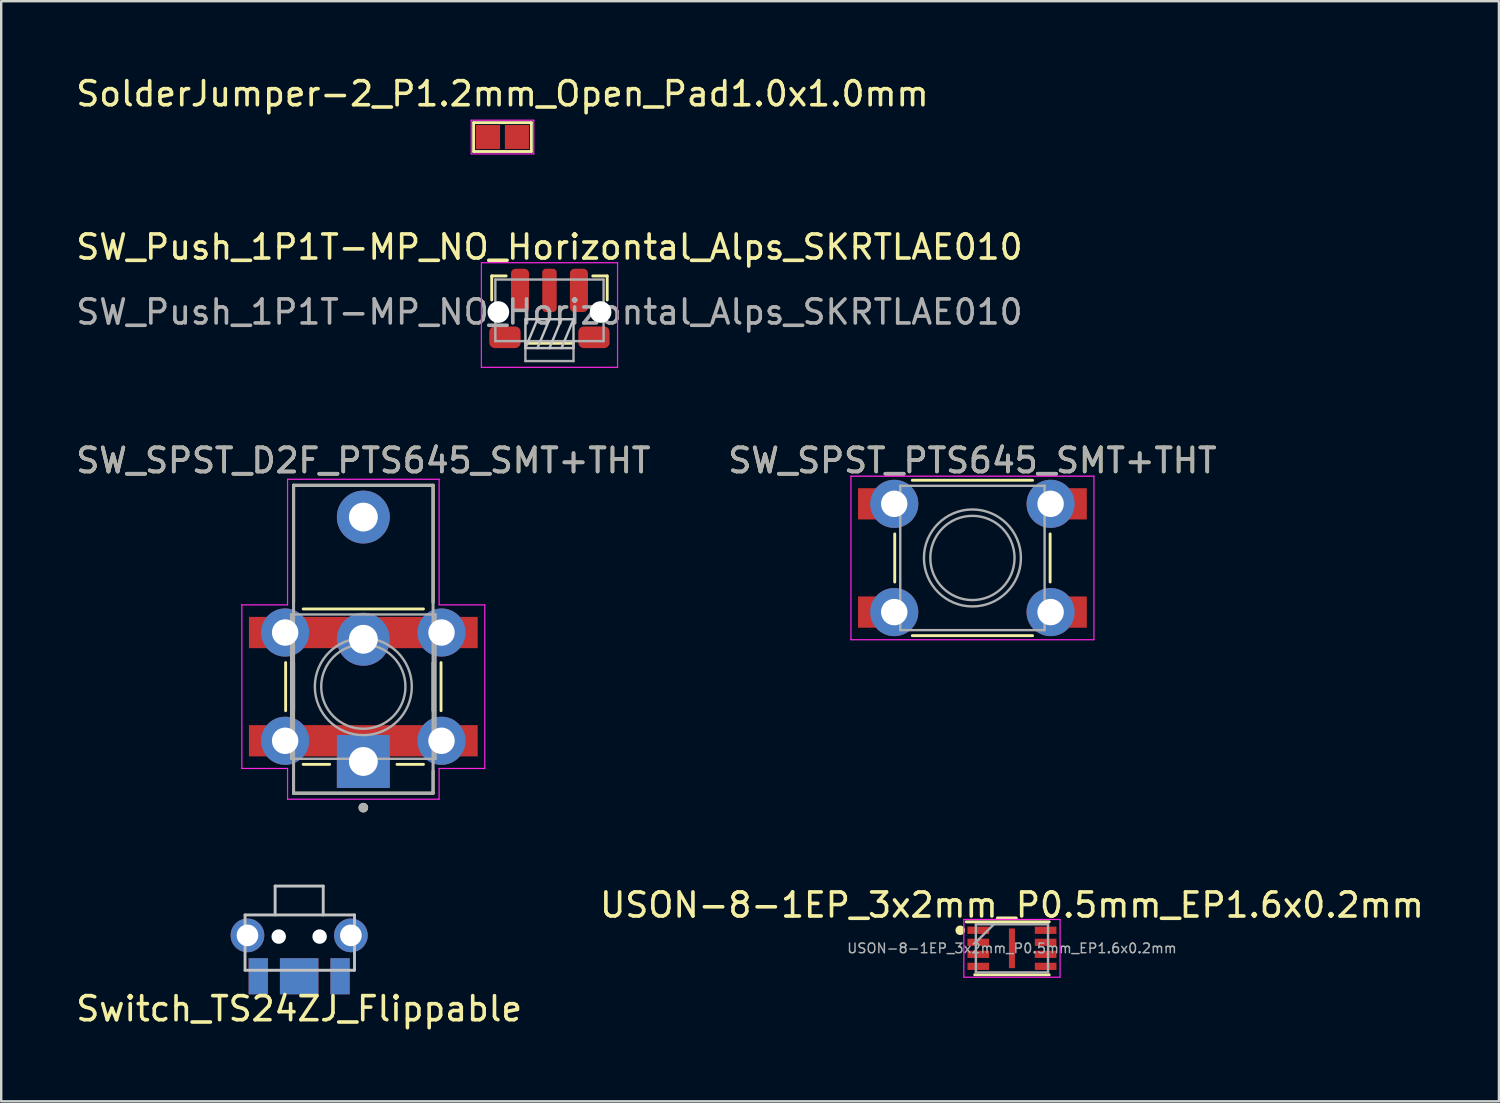
<source format=kicad_pcb>
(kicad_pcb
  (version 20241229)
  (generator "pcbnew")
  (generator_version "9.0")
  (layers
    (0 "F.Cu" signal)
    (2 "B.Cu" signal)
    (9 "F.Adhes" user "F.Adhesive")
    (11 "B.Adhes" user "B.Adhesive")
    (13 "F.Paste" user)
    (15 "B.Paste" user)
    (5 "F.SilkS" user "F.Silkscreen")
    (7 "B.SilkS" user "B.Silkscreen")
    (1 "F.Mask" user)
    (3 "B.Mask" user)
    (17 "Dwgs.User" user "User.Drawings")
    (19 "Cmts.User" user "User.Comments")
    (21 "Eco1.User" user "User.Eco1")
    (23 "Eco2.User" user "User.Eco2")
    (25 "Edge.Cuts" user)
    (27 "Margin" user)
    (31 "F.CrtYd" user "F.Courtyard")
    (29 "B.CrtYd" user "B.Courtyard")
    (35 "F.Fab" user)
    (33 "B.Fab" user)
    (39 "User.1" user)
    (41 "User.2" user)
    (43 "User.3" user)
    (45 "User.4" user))
  (footprint "SW_SPST_D2F_PTS645_SMT+THT"
    (layer "F.Cu")
    (at 12.054 25.495)
    (property "Reference" "SW_SPST_D2F_PTS645_SMT+THT" (at 0 -9.4 0) (layer "F.SilkS") (effects (font (size 1 1) (thickness 0.15))))
    (attr smd)
    (fp_line (start -3.23 1) (end -3.23 -1) (stroke (width 0.12) (type solid)) (layer "F.SilkS"))
    (fp_line (start -2.9 -8.37) (end 2.9 -8.37) (stroke (width 0.127) (type solid)) (layer "F.SilkS"))
    (fp_line (start -2.9 4.43) (end -2.9 3.5) (stroke (width 0.12) (type default)) (layer "F.SilkS"))
    (fp_line (start -2.9 -3.5) (end -2.9 -8.37) (stroke (width 0.127) (type solid)) (layer "F.SilkS"))
    (fp_line (start -2.9 1) (end -2.9 -1) (stroke (width 0.127) (type solid)) (layer "F.SilkS"))
    (fp_line (start -1.4 3.23) (end -2.5 3.23) (stroke (width 0.12) (type solid)) (layer "F.SilkS"))
    (fp_line (start 2.5 -3.23) (end -2.5 -3.23) (stroke (width 0.12) (type solid)) (layer "F.SilkS"))
    (fp_line (start 2.5 3.23) (end 1.4 3.23) (stroke (width 0.12) (type solid)) (layer "F.SilkS"))
    (fp_line (start 2.9 4.43) (end -2.9 4.43) (stroke (width 0.127) (type solid)) (layer "F.SilkS"))
    (fp_line (start 2.9 4.43) (end 2.9 3.5) (stroke (width 0.12) (type default)) (layer "F.SilkS"))
    (fp_line (start 2.9 -3.5) (end 2.9 -8.37) (stroke (width 0.127) (type solid)) (layer "F.SilkS"))
    (fp_line (start 2.9 1) (end 2.9 -1) (stroke (width 0.127) (type solid)) (layer "F.SilkS"))
    (fp_line (start 3.23 1) (end 3.23 -1) (stroke (width 0.12) (type solid)) (layer "F.SilkS"))
    (fp_circle (center -0.000009 5.03) (end -0.000009 4.93) (stroke (width 0.2) (type solid)) (fill no) (layer "F.SilkS"))
    (fp_line (start -5.05 -3.4) (end -5.05 3.4) (stroke (width 0.05) (type solid)) (layer "F.CrtYd"))
    (fp_line (start -3.15 -8.62) (end 3.15 -8.62) (stroke (width 0.05) (type solid)) (layer "F.CrtYd"))
    (fp_line (start -3.15 -3.4) (end -5.05 -3.4) (stroke (width 0.05) (type solid)) (layer "F.CrtYd"))
    (fp_line (start -3.15 -3.4) (end -3.15 -8.62) (stroke (width 0.05) (type solid)) (layer "F.CrtYd"))
    (fp_line (start -3.15 3.4) (end -5.05 3.4) (stroke (width 0.05) (type solid)) (layer "F.CrtYd"))
    (fp_line (start -3.15 3.4) (end -3.15 4.68) (stroke (width 0.05) (type default)) (layer "F.CrtYd"))
    (fp_line (start 3.15 -8.62) (end 3.15 -3.4) (stroke (width 0.05) (type solid)) (layer "F.CrtYd"))
    (fp_line (start 3.15 4.68) (end -3.15 4.68) (stroke (width 0.05) (type solid)) (layer "F.CrtYd"))
    (fp_line (start 3.15 3.4) (end 3.15 4.68) (stroke (width 0.05) (type default)) (layer "F.CrtYd"))
    (fp_line (start 5.05 -3.4) (end 3.15 -3.4) (stroke (width 0.05) (type solid)) (layer "F.CrtYd"))
    (fp_line (start 5.05 3.4) (end 3.15 3.4) (stroke (width 0.05) (type solid)) (layer "F.CrtYd"))
    (fp_line (start 5.05 3.4) (end 5.05 -3.4) (stroke (width 0.05) (type solid)) (layer "F.CrtYd"))
    (fp_line (start -3 -3) (end -3 3) (stroke (width 0.1) (type solid)) (layer "F.Fab"))
    (fp_line (start -3 3) (end 3 3) (stroke (width 0.1) (type solid)) (layer "F.Fab"))
    (fp_line (start -2.9 -8.37) (end 2.9 -8.37) (stroke (width 0.127) (type solid)) (layer "F.Fab"))
    (fp_line (start -2.9 4.43) (end -2.9 -8.37) (stroke (width 0.127) (type solid)) (layer "F.Fab"))
    (fp_line (start 2.9 -8.37) (end 2.9 4.43) (stroke (width 0.127) (type solid)) (layer "F.Fab"))
    (fp_line (start 2.9 4.43) (end -2.9 4.43) (stroke (width 0.127) (type solid)) (layer "F.Fab"))
    (fp_line (start 3 -3) (end -3 -3) (stroke (width 0.1) (type solid)) (layer "F.Fab"))
    (fp_line (start 3 3) (end 3 -3) (stroke (width 0.1) (type solid)) (layer "F.Fab"))
    (fp_circle (center -0.000009 5.03) (end -0.000009 4.93) (stroke (width 0.2) (type solid)) (fill no) (layer "F.Fab"))
    (fp_circle (center 0 0) (end -1.75 0.05) (stroke (width 0.1) (type solid)) (fill no) (layer "F.Fab"))
    (fp_circle (center 0 0) (end 2 -0.25) (stroke (width 0.1) (type solid)) (fill no) (layer "F.Fab"))
    (fp_text user "${REFERENCE}" (at 0 -9.4 0) (layer "F.Fab") (effects (font (size 1 1) (thickness 0.15))))
    (pad "1" thru_hole circle (at -3.25 2.25 270) (size 2 2) (drill 1.1) (layers "*.Cu" "*.Mask"))
    (pad "1" thru_hole rect (at -0.000009 3.11 90) (size 2.2 2.2) (drill 1.2) (layers "*.Cu" "*.Mask"))
    (pad "1" smd rect (at 0 2.25 180) (size 9.51 1.3) (layers "F.Cu" "F.Mask" "F.Paste"))
    (pad "1" thru_hole circle (at 3.25 2.25 270) (size 2 2) (drill 1.1) (layers "*.Cu" "*.Mask"))
    (pad "2" thru_hole circle (at -3.25 -2.25 270) (size 2 2) (drill 1.1) (layers "*.Cu" "*.Mask"))
    (pad "2" thru_hole circle (at -0.000009 -1.97 90) (size 2.2 2.2) (drill 1.2) (layers "*.Cu" "*.Mask"))
    (pad "2" smd rect (at 0.000001 -2.25 180) (size 9.51 1.3) (layers "F.Cu" "F.Mask" "F.Paste"))
    (pad "2" thru_hole circle (at 3.25 -2.25 270) (size 2 2) (drill 1.1) (layers "*.Cu" "*.Mask"))
    (pad "3" thru_hole circle (at -0.000009 -7.05 90) (size 2.2 2.2) (drill 1.2) (layers "*.Cu" "*.Mask")))
  (footprint "Switch_TS24ZJ_Flippable"
    (layer "F.Cu")
    (at 9.387 34.985)
    (property "Reference" "Switch_TS24ZJ_Flippable" (at 0 3.9 0) (layer "F.SilkS") (effects (font (size 1 1) (thickness 0.15))))
    (attr through_hole)
    (fp_line (start -2.25 0) (end 2.3 0) (stroke (width 0.12) (type solid)) (layer "Dwgs.User"))
    (fp_line (start -2.25 2.3) (end -2.25 0) (stroke (width 0.12) (type solid)) (layer "Dwgs.User"))
    (fp_line (start -1 -1.2) (end -1 0) (stroke (width 0.12) (type solid)) (layer "Dwgs.User"))
    (fp_line (start -1 -1.2) (end 1 -1.2) (stroke (width 0.12) (type solid)) (layer "Dwgs.User"))
    (fp_line (start 1 -1.2) (end 1 0) (stroke (width 0.12) (type solid)) (layer "Dwgs.User"))
    (fp_line (start 2.3 0) (end 2.3 2.3) (stroke (width 0.12) (type solid)) (layer "Dwgs.User"))
    (fp_line (start 2.3 2.3) (end -2.25 2.3) (stroke (width 0.12) (type solid)) (layer "Dwgs.User"))
    (pad "" thru_hole oval (at -2.15 0.85) (size 1.4 1.4) (drill oval 0.9) (layers "*.Cu" "*.Mask"))
    (pad "" np_thru_hole circle (at -0.85 0.9) (size 0.6 0.6) (drill 0.6) (layers "*.Cu" "*.Mask"))
    (pad "" smd rect (at 0 2.55) (size 1.6 1.5) (layers "F.Cu" "F.Mask"))
    (pad "" smd rect (at 0 2.55 180) (size 1.6 1.5) (layers "B.Cu" "B.Mask"))
    (pad "" np_thru_hole circle (at 0.85 0.9) (size 0.6 0.6) (drill 0.6) (layers "*.Cu" "*.Mask"))
    (pad "" thru_hole oval (at 2.15 0.85) (size 1.4 1.4) (drill oval 0.9) (layers "*.Cu" "*.Mask"))
    (pad "1" smd rect (at -1.7 2.55) (size 0.8 1.5) (layers "F.Cu" "F.Mask"))
    (pad "1" smd rect (at -1.7 2.55 180) (size 0.8 1.5) (layers "B.Cu" "B.Mask"))
    (pad "2" smd rect (at 1.7 2.55) (size 0.8 1.5) (layers "F.Cu" "F.Mask"))
    (pad "2" smd rect (at 1.7 2.55 180) (size 0.8 1.5) (layers "B.Cu" "B.Mask")))
  (footprint "SW_SPST_PTS645_SMT+THT"
    (layer "F.Cu")
    (at 37.375 20.145)
    (property "Reference" "SW_SPST_PTS645_SMT+THT" (at 0 -4.05 0) (layer "F.SilkS") (effects (font (size 1 1) (thickness 0.15))))
    (attr smd)
    (fp_line (start -3.23 -1) (end -3.23 1) (stroke (width 0.12) (type solid)) (layer "F.SilkS"))
    (fp_line (start -2.5 -3.23) (end 2.5 -3.23) (stroke (width 0.12) (type solid)) (layer "F.SilkS"))
    (fp_line (start -2.5 3.23) (end 2.5 3.23) (stroke (width 0.12) (type solid)) (layer "F.SilkS"))
    (fp_line (start 3.23 -1) (end 3.23 1) (stroke (width 0.12) (type solid)) (layer "F.SilkS"))
    (fp_line (start -5.05 -3.4) (end -5.05 3.4) (stroke (width 0.05) (type solid)) (layer "F.CrtYd"))
    (fp_line (start -5.05 -3.4) (end 5.05 -3.4) (stroke (width 0.05) (type solid)) (layer "F.CrtYd"))
    (fp_line (start -5.05 3.4) (end 5.05 3.4) (stroke (width 0.05) (type solid)) (layer "F.CrtYd"))
    (fp_line (start 5.05 3.4) (end 5.05 -3.4) (stroke (width 0.05) (type solid)) (layer "F.CrtYd"))
    (fp_line (start -3 -3) (end -3 3) (stroke (width 0.1) (type solid)) (layer "F.Fab"))
    (fp_line (start -3 3) (end 3 3) (stroke (width 0.1) (type solid)) (layer "F.Fab"))
    (fp_line (start 3 -3) (end -3 -3) (stroke (width 0.1) (type solid)) (layer "F.Fab"))
    (fp_line (start 3 3) (end 3 -3) (stroke (width 0.1) (type solid)) (layer "F.Fab"))
    (fp_circle (center 0 0) (end -2 0.25) (stroke (width 0.1) (type solid)) (fill no) (layer "F.Fab"))
    (fp_circle (center 0 0) (end 1.75 -0.05) (stroke (width 0.1) (type solid)) (fill no) (layer "F.Fab"))
    (fp_text user "${REFERENCE}" (at 0 -4.05 0) (layer "F.Fab") (effects (font (size 1 1) (thickness 0.15))))
    (pad "1" smd rect (at -3.98 -2.25) (size 1.55 1.3) (layers "F.Cu" "F.Mask" "F.Paste"))
    (pad "1" thru_hole circle (at -3.25 -2.25 90) (size 2 2) (drill 1.1) (layers "*.Cu" "*.Mask"))
    (pad "1" thru_hole circle (at 3.25 -2.25 90) (size 2 2) (drill 1.1) (layers "*.Cu" "*.Mask"))
    (pad "1" smd rect (at 3.98 -2.25) (size 1.55 1.3) (layers "F.Cu" "F.Mask" "F.Paste"))
    (pad "2" smd rect (at -3.98 2.25) (size 1.55 1.3) (layers "F.Cu" "F.Mask" "F.Paste"))
    (pad "2" thru_hole circle (at -3.25 2.25 90) (size 2 2) (drill 1.1) (layers "*.Cu" "*.Mask"))
    (pad "2" thru_hole circle (at 3.25 2.25 90) (size 2 2) (drill 1.1) (layers "*.Cu" "*.Mask"))
    (pad "2" smd rect (at 3.98 2.25) (size 1.55 1.3) (layers "F.Cu" "F.Mask" "F.Paste")))
  (footprint "SW_Push_1P1T-MP_NO_Horizontal_Alps_SKRTLAE010"
    (layer "F.Cu")
    (at 19.792 9.921)
    (property "Reference" "SW_Push_1P1T-MP_NO_Horizontal_Alps_SKRTLAE010" (at 0 -2.7 180) (layer "F.SilkS") (effects (font (size 1 1) (thickness 0.15))))
    (attr smd)
    (fp_line (start -2.4 -1.5) (end -2.4 -0.5) (stroke (width 0.12) (type solid)) (layer "F.SilkS"))
    (fp_line (start -1.8 -1.5) (end -2.4 -1.5) (stroke (width 0.12) (type solid)) (layer "F.SilkS"))
    (fp_line (start -1 1.3) (end 1 1.3) (stroke (width 0.12) (type solid)) (layer "F.SilkS"))
    (fp_line (start 1.8 -1.5) (end 2.4 -1.5) (stroke (width 0.12) (type solid)) (layer "F.SilkS"))
    (fp_line (start 2.4 -1.5) (end 2.4 -0.5) (stroke (width 0.12) (type solid)) (layer "F.SilkS"))
    (fp_line (start -1 0.3) (end -1 1.5) (stroke (width 0.1) (type solid)) (layer "Dwgs.User"))
    (fp_line (start -1 1.5) (end -0.5 0.3) (stroke (width 0.1) (type solid)) (layer "Dwgs.User"))
    (fp_line (start -1 1.5) (end 1 1.5) (stroke (width 0.1) (type solid)) (layer "Dwgs.User"))
    (fp_line (start -0.5 1.5) (end 0 0.3) (stroke (width 0.1) (type solid)) (layer "Dwgs.User"))
    (fp_line (start 0 1.5) (end 0.5 0.3) (stroke (width 0.1) (type solid)) (layer "Dwgs.User"))
    (fp_line (start 0.5 1.5) (end 1 0.3) (stroke (width 0.1) (type solid)) (layer "Dwgs.User"))
    (fp_line (start 1 0.3) (end -1 0.3) (stroke (width 0.1) (type solid)) (layer "Dwgs.User"))
    (fp_line (start 1 1.5) (end 1 0.3) (stroke (width 0.1) (type solid)) (layer "Dwgs.User"))
    (fp_line (start -2.83 -2.05) (end -2.83 2.3) (stroke (width 0.05) (type solid)) (layer "F.CrtYd"))
    (fp_line (start -2.83 -2.05) (end 2.83 -2.05) (stroke (width 0.05) (type solid)) (layer "F.CrtYd"))
    (fp_line (start -2.83 2.3) (end 2.83 2.3) (stroke (width 0.05) (type solid)) (layer "F.CrtYd"))
    (fp_line (start 2.83 -2.05) (end 2.83 2.3) (stroke (width 0.05) (type solid)) (layer "F.CrtYd"))
    (fp_line (start -2.25 -1.35) (end -2.25 1.21) (stroke (width 0.1) (type solid)) (layer "F.Fab"))
    (fp_line (start -2.25 -1.35) (end 2.25 -1.35) (stroke (width 0.1) (type solid)) (layer "F.Fab"))
    (fp_line (start -2.25 1.21) (end 2.25 1.21) (stroke (width 0.1) (type solid)) (layer "F.Fab"))
    (fp_line (start -1 2.04) (end -1 1.21) (stroke (width 0.1) (type solid)) (layer "F.Fab"))
    (fp_line (start -1 2.04) (end 1 2.04) (stroke (width 0.1) (type solid)) (layer "F.Fab"))
    (fp_line (start 1 2.04) (end 1 1.21) (stroke (width 0.1) (type solid)) (layer "F.Fab"))
    (fp_line (start 2.25 -1.35) (end 2.25 1.21) (stroke (width 0.1) (type solid)) (layer "F.Fab"))
    (fp_text user "${REFERENCE}" (at 0 0 0) (layer "F.Fab") (effects (font (size 1 1) (thickness 0.15))))
    (pad "" np_thru_hole circle (at -2.125 0) (size 0.9 0.9) (drill 0.9) (layers "*.Cu" "*.Mask"))
    (pad "" np_thru_hole circle (at 2.125 0) (size 0.9 0.9) (drill 0.9) (layers "*.Cu" "*.Mask"))
    (pad "1" smd roundrect (at -1.225 -0.9) (size 0.75 1.8) (layers "F.Cu" "F.Mask" "F.Paste") (roundrect_rratio 0.25))
    (pad "1" smd roundrect (at 1.225 -0.9) (size 0.75 1.8) (layers "F.Cu" "F.Mask" "F.Paste") (roundrect_rratio 0.25))
    (pad "2" smd roundrect (at 0 -0.9) (size 0.6 1.8) (layers "F.Cu" "F.Mask" "F.Paste") (roundrect_rratio 0.25))
    (pad "MP" smd roundrect (at -1.85 1.05) (size 1.3 0.9) (layers "F.Cu" "F.Mask" "F.Paste") (roundrect_rratio 0.25))
    (pad "MP" smd roundrect (at 1.85 1.05) (size 1.3 0.9) (layers "F.Cu" "F.Mask" "F.Paste") (roundrect_rratio 0.25)))
  (footprint "SolderJumper-2_P1.2mm_Open_Pad1.0x1.0mm"
    (layer "F.Cu")
    (at 17.839 2.648)
    (property "Reference" "SolderJumper-2_P1.2mm_Open_Pad1.0x1.0mm" (at 0 -1.8 0) (layer "F.SilkS") (effects (font (size 1 1) (thickness 0.15))))
    (attr exclude_from_pos_files exclude_from_bom)
    (fp_line (start -1.2 -0.6) (end 1.2 -0.6) (stroke (width 0.12) (type solid)) (layer "F.SilkS"))
    (fp_line (start -1.2 0.6) (end -1.2 -0.6) (stroke (width 0.12) (type solid)) (layer "F.SilkS"))
    (fp_line (start 1.2 -0.6) (end 1.2 0.6) (stroke (width 0.12) (type solid)) (layer "F.SilkS"))
    (fp_line (start 1.2 0.6) (end -1.2 0.6) (stroke (width 0.12) (type solid)) (layer "F.SilkS"))
    (fp_line (start -1.3 -0.7) (end -1.3 0.7) (stroke (width 0.05) (type solid)) (layer "F.CrtYd"))
    (fp_line (start -1.3 -0.7) (end 1.3 -0.7) (stroke (width 0.05) (type solid)) (layer "F.CrtYd"))
    (fp_line (start 1.3 0.7) (end -1.3 0.7) (stroke (width 0.05) (type solid)) (layer "F.CrtYd"))
    (fp_line (start 1.3 0.7) (end 1.3 -0.7) (stroke (width 0.05) (type solid)) (layer "F.CrtYd"))
    (pad "1" smd rect (at -0.6 0) (size 1 1) (layers "F.Cu" "F.Mask"))
    (pad "2" smd rect (at 0.6 0) (size 1 1) (layers "F.Cu" "F.Mask")))
  (footprint "USON-8-1EP_3x2mm_P0.5mm_EP1.6x0.2mm"
    (layer "F.Cu")
    (at 39.018 36.373)
    (property "Reference" "USON-8-1EP_3x2mm_P0.5mm_EP1.6x0.2mm" (at 0 -1.8 0) (layer "F.SilkS") (effects (font (size 1 1) (thickness 0.15))))
    (attr smd)
    (fp_line (start -1.9 -1.1) (end 1.55 -1.1) (stroke (width 0.12) (type default)) (layer "F.SilkS"))
    (fp_line (start -1.55 1.1) (end 1.55 1.1) (stroke (width 0.12) (type default)) (layer "F.SilkS"))
    (fp_circle (center -2.15 -0.75) (end -2.05 -0.75) (stroke (width 0.2) (type solid)) (fill no) (layer "F.SilkS"))
    (fp_line (start -2 -1.2) (end 2 -1.2) (stroke (width 0.05) (type solid)) (layer "F.CrtYd"))
    (fp_line (start -2 1.2) (end -2 -1.2) (stroke (width 0.05) (type solid)) (layer "F.CrtYd"))
    (fp_line (start 2 -1.2) (end 2 1.2) (stroke (width 0.05) (type solid)) (layer "F.CrtYd"))
    (fp_line (start 2 1.2) (end -2 1.2) (stroke (width 0.05) (type solid)) (layer "F.CrtYd"))
    (fp_line (start -1.5 -1) (end 1.5 -1) (stroke (width 0.1) (type solid)) (layer "F.Fab"))
    (fp_line (start -1.5 -0.25) (end -0.75 -1) (stroke (width 0.1) (type solid)) (layer "F.Fab"))
    (fp_line (start -1.5 1) (end -1.5 -1) (stroke (width 0.1) (type solid)) (layer "F.Fab"))
    (fp_line (start 1.5 -1) (end 1.5 1) (stroke (width 0.1) (type solid)) (layer "F.Fab"))
    (fp_line (start 1.5 1) (end -1.5 1) (stroke (width 0.1) (type solid)) (layer "F.Fab"))
    (fp_text user "${REFERENCE}" (at 0 0 0) (layer "F.Fab") (effects (font (size 0.4 0.4) (thickness 0.06))))
    (pad "1" smd rect (at -1.4 -0.75 90) (size 0.3 0.9) (layers "F.Cu" "F.Mask" "F.Paste"))
    (pad "2" smd rect (at -1.4 -0.25 90) (size 0.3 0.9) (layers "F.Cu" "F.Mask" "F.Paste"))
    (pad "3" smd rect (at -1.4 0.25 90) (size 0.3 0.9) (layers "F.Cu" "F.Mask" "F.Paste"))
    (pad "4" smd rect (at -1.4 0.75 90) (size 0.3 0.9) (layers "F.Cu" "F.Mask" "F.Paste"))
    (pad "5" smd rect (at 1.4 0.75 90) (size 0.3 0.9) (layers "F.Cu" "F.Mask" "F.Paste"))
    (pad "6" smd rect (at 1.4 0.25 90) (size 0.3 0.9) (layers "F.Cu" "F.Mask" "F.Paste"))
    (pad "7" smd rect (at 1.4 -0.25 90) (size 0.3 0.9) (layers "F.Cu" "F.Mask" "F.Paste"))
    (pad "8" smd rect (at 1.4 -0.75 90) (size 0.3 0.9) (layers "F.Cu" "F.Mask" "F.Paste"))
    (pad "9" smd rect (at 0 0) (size 0.25 1.65) (layers "F.Cu" "F.Mask" "F.Paste")))
  (gr_rect
    (start -3 -3)
    (end 59.262 42.733)
    (stroke (width 0.1) (type default))
    (fill no)
    (layer "Edge.Cuts")))
</source>
